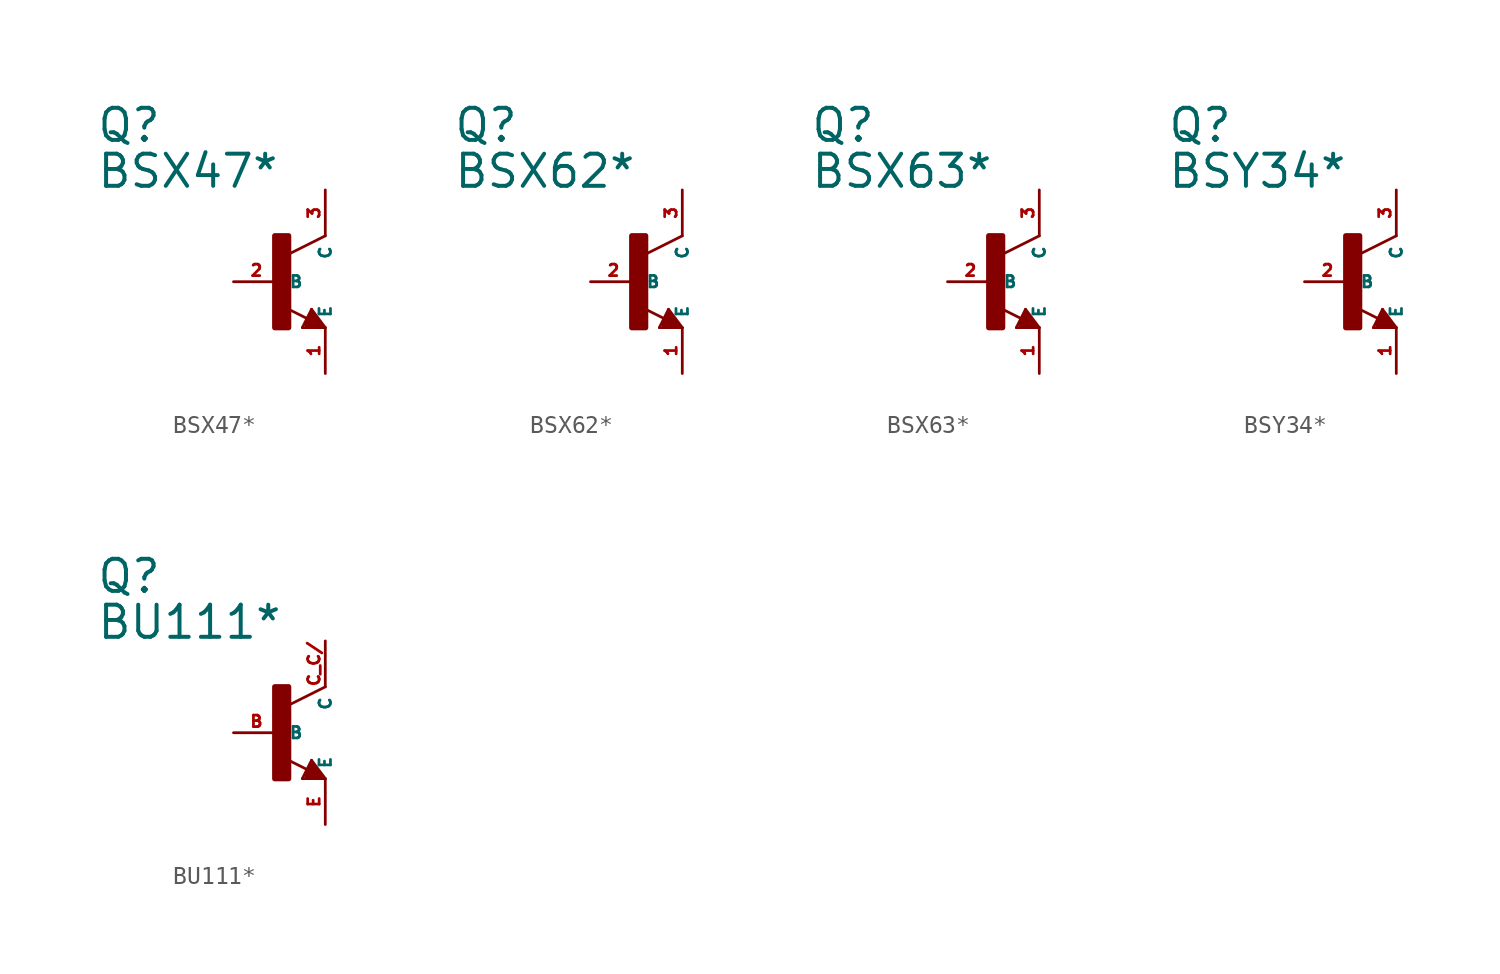
<source format=kicad_sym>
(kicad_symbol_lib
  (version 20220914)
  (generator Eagle2Kicad)
  (symbol "BSX47*"
    (property "Reference" "Q"
      (at -10.16 7.62 0)
      (effects (font (size 1.778 1.778) (thickness 0.22)) (justify left bottom)))
    (property "Value" "BSX47*"
      (at -10.16 5.08 0)
      (effects (font (size 1.778 1.778) (thickness 0.22)) (justify left bottom)))
    (polyline
      (pts (xy 2.54 2.54) (xy 0.508 1.524))
      (stroke (width 0.152) (type default))
      (fill (type none)))
    (polyline
      (pts (xy 1.778 -1.524) (xy 2.54 -2.54))
      (stroke (width 0.152) (type default))
      (fill (type none)))
    (polyline
      (pts (xy 2.54 -2.54) (xy 1.27 -2.54))
      (stroke (width 0.152) (type default))
      (fill (type none)))
    (polyline
      (pts (xy 1.27 -2.54) (xy 1.778 -1.524))
      (stroke (width 0.152) (type default))
      (fill (type none)))
    (polyline
      (pts (xy 1.54 -2.04) (xy 0.308 -1.424))
      (stroke (width 0.152) (type default))
      (fill (type none)))
    (polyline
      (pts (xy 1.524 -2.413) (xy 2.286 -2.413))
      (stroke (width 0.254) (type default))
      (fill (type none)))
    (polyline
      (pts (xy 2.286 -2.413) (xy 1.778 -1.778))
      (stroke (width 0.254) (type default))
      (fill (type none)))
    (polyline
      (pts (xy 1.778 -1.778) (xy 1.524 -2.286))
      (stroke (width 0.254) (type default))
      (fill (type none)))
    (polyline
      (pts (xy 1.524 -2.286) (xy 1.905 -2.286))
      (stroke (width 0.254) (type default))
      (fill (type none)))
    (polyline
      (pts (xy 1.905 -2.286) (xy 1.778 -2.032))
      (stroke (width 0.254) (type default))
      (fill (type none)))
    (rectangle
      (start -0.254 -2.54)
      (end 0.508 2.54)
      (stroke (width 0.3) (type default))
      (fill (type outline)))
    (pin passive line
      (at -2.54 0 0)
      (length 2.54)
      (name "B" (effects (font (size 0.635 0.635) (thickness 0.08)) (justify left bottom)))
      (number "2" (effects (font (size 0.635 0.635) (thickness 0.08)) (justify left bottom))))
    (pin passive line
      (at 2.54 -5.08 90)
      (length 2.54)
      (name "E" (effects (font (size 0.635 0.635) (thickness 0.08)) (justify left bottom)))
      (number "1" (effects (font (size 0.635 0.635) (thickness 0.08)) (justify left bottom))))
    (pin passive line
      (at 2.54 5.08 270)
      (length 2.54)
      (name "C" (effects (font (size 0.635 0.635) (thickness 0.08)) (justify left bottom)))
      (number "3" (effects (font (size 0.635 0.635) (thickness 0.08)) (justify left bottom)))))
  (symbol "BSX62*"
    (property "Reference" "Q"
      (at -10.16 7.62 0)
      (effects (font (size 1.778 1.778) (thickness 0.22)) (justify left bottom)))
    (property "Value" "BSX62*"
      (at -10.16 5.08 0)
      (effects (font (size 1.778 1.778) (thickness 0.22)) (justify left bottom)))
    (polyline
      (pts (xy 2.54 2.54) (xy 0.508 1.524))
      (stroke (width 0.152) (type default))
      (fill (type none)))
    (polyline
      (pts (xy 1.778 -1.524) (xy 2.54 -2.54))
      (stroke (width 0.152) (type default))
      (fill (type none)))
    (polyline
      (pts (xy 2.54 -2.54) (xy 1.27 -2.54))
      (stroke (width 0.152) (type default))
      (fill (type none)))
    (polyline
      (pts (xy 1.27 -2.54) (xy 1.778 -1.524))
      (stroke (width 0.152) (type default))
      (fill (type none)))
    (polyline
      (pts (xy 1.54 -2.04) (xy 0.308 -1.424))
      (stroke (width 0.152) (type default))
      (fill (type none)))
    (polyline
      (pts (xy 1.524 -2.413) (xy 2.286 -2.413))
      (stroke (width 0.254) (type default))
      (fill (type none)))
    (polyline
      (pts (xy 2.286 -2.413) (xy 1.778 -1.778))
      (stroke (width 0.254) (type default))
      (fill (type none)))
    (polyline
      (pts (xy 1.778 -1.778) (xy 1.524 -2.286))
      (stroke (width 0.254) (type default))
      (fill (type none)))
    (polyline
      (pts (xy 1.524 -2.286) (xy 1.905 -2.286))
      (stroke (width 0.254) (type default))
      (fill (type none)))
    (polyline
      (pts (xy 1.905 -2.286) (xy 1.778 -2.032))
      (stroke (width 0.254) (type default))
      (fill (type none)))
    (rectangle
      (start -0.254 -2.54)
      (end 0.508 2.54)
      (stroke (width 0.3) (type default))
      (fill (type outline)))
    (pin passive line
      (at -2.54 0 0)
      (length 2.54)
      (name "B" (effects (font (size 0.635 0.635) (thickness 0.08)) (justify left bottom)))
      (number "2" (effects (font (size 0.635 0.635) (thickness 0.08)) (justify left bottom))))
    (pin passive line
      (at 2.54 -5.08 90)
      (length 2.54)
      (name "E" (effects (font (size 0.635 0.635) (thickness 0.08)) (justify left bottom)))
      (number "1" (effects (font (size 0.635 0.635) (thickness 0.08)) (justify left bottom))))
    (pin passive line
      (at 2.54 5.08 270)
      (length 2.54)
      (name "C" (effects (font (size 0.635 0.635) (thickness 0.08)) (justify left bottom)))
      (number "3" (effects (font (size 0.635 0.635) (thickness 0.08)) (justify left bottom)))))
  (symbol "BSX63*"
    (property "Reference" "Q"
      (at -10.16 7.62 0)
      (effects (font (size 1.778 1.778) (thickness 0.22)) (justify left bottom)))
    (property "Value" "BSX63*"
      (at -10.16 5.08 0)
      (effects (font (size 1.778 1.778) (thickness 0.22)) (justify left bottom)))
    (polyline
      (pts (xy 2.54 2.54) (xy 0.508 1.524))
      (stroke (width 0.152) (type default))
      (fill (type none)))
    (polyline
      (pts (xy 1.778 -1.524) (xy 2.54 -2.54))
      (stroke (width 0.152) (type default))
      (fill (type none)))
    (polyline
      (pts (xy 2.54 -2.54) (xy 1.27 -2.54))
      (stroke (width 0.152) (type default))
      (fill (type none)))
    (polyline
      (pts (xy 1.27 -2.54) (xy 1.778 -1.524))
      (stroke (width 0.152) (type default))
      (fill (type none)))
    (polyline
      (pts (xy 1.54 -2.04) (xy 0.308 -1.424))
      (stroke (width 0.152) (type default))
      (fill (type none)))
    (polyline
      (pts (xy 1.524 -2.413) (xy 2.286 -2.413))
      (stroke (width 0.254) (type default))
      (fill (type none)))
    (polyline
      (pts (xy 2.286 -2.413) (xy 1.778 -1.778))
      (stroke (width 0.254) (type default))
      (fill (type none)))
    (polyline
      (pts (xy 1.778 -1.778) (xy 1.524 -2.286))
      (stroke (width 0.254) (type default))
      (fill (type none)))
    (polyline
      (pts (xy 1.524 -2.286) (xy 1.905 -2.286))
      (stroke (width 0.254) (type default))
      (fill (type none)))
    (polyline
      (pts (xy 1.905 -2.286) (xy 1.778 -2.032))
      (stroke (width 0.254) (type default))
      (fill (type none)))
    (rectangle
      (start -0.254 -2.54)
      (end 0.508 2.54)
      (stroke (width 0.3) (type default))
      (fill (type outline)))
    (pin passive line
      (at -2.54 0 0)
      (length 2.54)
      (name "B" (effects (font (size 0.635 0.635) (thickness 0.08)) (justify left bottom)))
      (number "2" (effects (font (size 0.635 0.635) (thickness 0.08)) (justify left bottom))))
    (pin passive line
      (at 2.54 -5.08 90)
      (length 2.54)
      (name "E" (effects (font (size 0.635 0.635) (thickness 0.08)) (justify left bottom)))
      (number "1" (effects (font (size 0.635 0.635) (thickness 0.08)) (justify left bottom))))
    (pin passive line
      (at 2.54 5.08 270)
      (length 2.54)
      (name "C" (effects (font (size 0.635 0.635) (thickness 0.08)) (justify left bottom)))
      (number "3" (effects (font (size 0.635 0.635) (thickness 0.08)) (justify left bottom)))))
  (symbol "BSY34*"
    (property "Reference" "Q"
      (at -10.16 7.62 0)
      (effects (font (size 1.778 1.778) (thickness 0.22)) (justify left bottom)))
    (property "Value" "BSY34*"
      (at -10.16 5.08 0)
      (effects (font (size 1.778 1.778) (thickness 0.22)) (justify left bottom)))
    (polyline
      (pts (xy 2.54 2.54) (xy 0.508 1.524))
      (stroke (width 0.152) (type default))
      (fill (type none)))
    (polyline
      (pts (xy 1.778 -1.524) (xy 2.54 -2.54))
      (stroke (width 0.152) (type default))
      (fill (type none)))
    (polyline
      (pts (xy 2.54 -2.54) (xy 1.27 -2.54))
      (stroke (width 0.152) (type default))
      (fill (type none)))
    (polyline
      (pts (xy 1.27 -2.54) (xy 1.778 -1.524))
      (stroke (width 0.152) (type default))
      (fill (type none)))
    (polyline
      (pts (xy 1.54 -2.04) (xy 0.308 -1.424))
      (stroke (width 0.152) (type default))
      (fill (type none)))
    (polyline
      (pts (xy 1.524 -2.413) (xy 2.286 -2.413))
      (stroke (width 0.254) (type default))
      (fill (type none)))
    (polyline
      (pts (xy 2.286 -2.413) (xy 1.778 -1.778))
      (stroke (width 0.254) (type default))
      (fill (type none)))
    (polyline
      (pts (xy 1.778 -1.778) (xy 1.524 -2.286))
      (stroke (width 0.254) (type default))
      (fill (type none)))
    (polyline
      (pts (xy 1.524 -2.286) (xy 1.905 -2.286))
      (stroke (width 0.254) (type default))
      (fill (type none)))
    (polyline
      (pts (xy 1.905 -2.286) (xy 1.778 -2.032))
      (stroke (width 0.254) (type default))
      (fill (type none)))
    (rectangle
      (start -0.254 -2.54)
      (end 0.508 2.54)
      (stroke (width 0.3) (type default))
      (fill (type outline)))
    (pin passive line
      (at -2.54 0 0)
      (length 2.54)
      (name "B" (effects (font (size 0.635 0.635) (thickness 0.08)) (justify left bottom)))
      (number "2" (effects (font (size 0.635 0.635) (thickness 0.08)) (justify left bottom))))
    (pin passive line
      (at 2.54 -5.08 90)
      (length 2.54)
      (name "E" (effects (font (size 0.635 0.635) (thickness 0.08)) (justify left bottom)))
      (number "1" (effects (font (size 0.635 0.635) (thickness 0.08)) (justify left bottom))))
    (pin passive line
      (at 2.54 5.08 270)
      (length 2.54)
      (name "C" (effects (font (size 0.635 0.635) (thickness 0.08)) (justify left bottom)))
      (number "3" (effects (font (size 0.635 0.635) (thickness 0.08)) (justify left bottom)))))
  (symbol "BU111*"
    (property "Reference" "Q"
      (at -10.16 7.62 0)
      (effects (font (size 1.778 1.778) (thickness 0.22)) (justify left bottom)))
    (property "Value" "BU111*"
      (at -10.16 5.08 0)
      (effects (font (size 1.778 1.778) (thickness 0.22)) (justify left bottom)))
    (polyline
      (pts (xy 2.54 2.54) (xy 0.508 1.524))
      (stroke (width 0.152) (type default))
      (fill (type none)))
    (polyline
      (pts (xy 1.778 -1.524) (xy 2.54 -2.54))
      (stroke (width 0.152) (type default))
      (fill (type none)))
    (polyline
      (pts (xy 2.54 -2.54) (xy 1.27 -2.54))
      (stroke (width 0.152) (type default))
      (fill (type none)))
    (polyline
      (pts (xy 1.27 -2.54) (xy 1.778 -1.524))
      (stroke (width 0.152) (type default))
      (fill (type none)))
    (polyline
      (pts (xy 1.54 -2.04) (xy 0.308 -1.424))
      (stroke (width 0.152) (type default))
      (fill (type none)))
    (polyline
      (pts (xy 1.524 -2.413) (xy 2.286 -2.413))
      (stroke (width 0.254) (type default))
      (fill (type none)))
    (polyline
      (pts (xy 2.286 -2.413) (xy 1.778 -1.778))
      (stroke (width 0.254) (type default))
      (fill (type none)))
    (polyline
      (pts (xy 1.778 -1.778) (xy 1.524 -2.286))
      (stroke (width 0.254) (type default))
      (fill (type none)))
    (polyline
      (pts (xy 1.524 -2.286) (xy 1.905 -2.286))
      (stroke (width 0.254) (type default))
      (fill (type none)))
    (polyline
      (pts (xy 1.905 -2.286) (xy 1.778 -2.032))
      (stroke (width 0.254) (type default))
      (fill (type none)))
    (rectangle
      (start -0.254 -2.54)
      (end 0.508 2.54)
      (stroke (width 0.3) (type default))
      (fill (type outline)))
    (pin passive line
      (at -2.54 0 0)
      (length 2.54)
      (name "B" (effects (font (size 0.635 0.635) (thickness 0.08)) (justify left bottom)))
      (number "B" (effects (font (size 0.635 0.635) (thickness 0.08)) (justify left bottom))))
    (pin passive line
      (at 2.54 -5.08 90)
      (length 2.54)
      (name "E" (effects (font (size 0.635 0.635) (thickness 0.08)) (justify left bottom)))
      (number "E" (effects (font (size 0.635 0.635) (thickness 0.08)) (justify left bottom))))
    (pin passive line
      (at 2.54 5.08 270)
      (length 2.54)
      (name "C" (effects (font (size 0.635 0.635) (thickness 0.08)) (justify left bottom)))
      (number "C C/" (effects (font (size 0.635 0.635) (thickness 0.08)) (justify left bottom))))))
</source>
